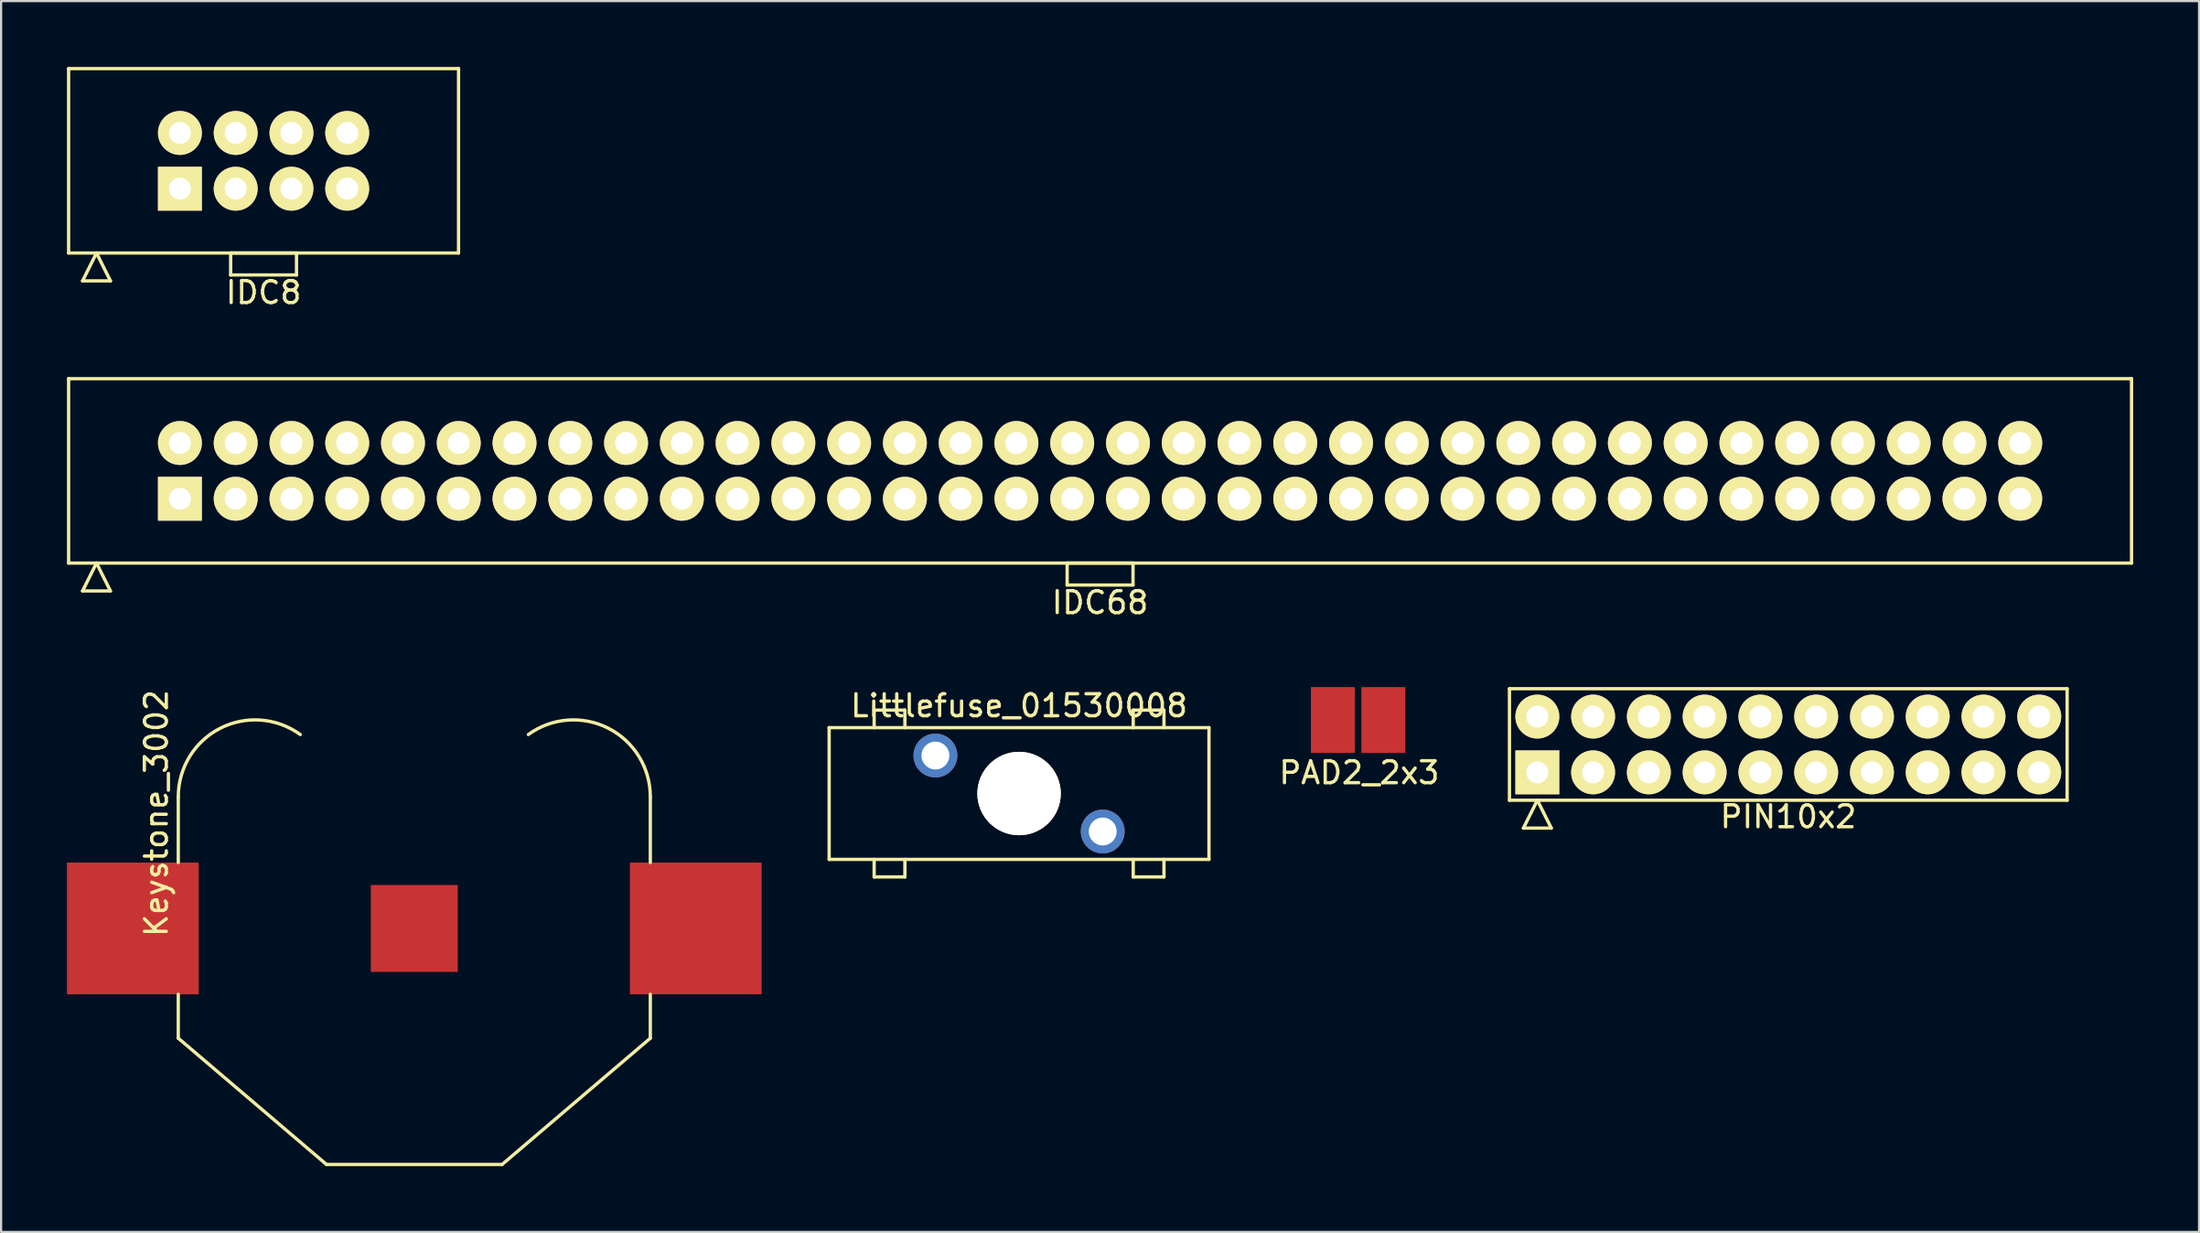
<source format=kicad_pcb>
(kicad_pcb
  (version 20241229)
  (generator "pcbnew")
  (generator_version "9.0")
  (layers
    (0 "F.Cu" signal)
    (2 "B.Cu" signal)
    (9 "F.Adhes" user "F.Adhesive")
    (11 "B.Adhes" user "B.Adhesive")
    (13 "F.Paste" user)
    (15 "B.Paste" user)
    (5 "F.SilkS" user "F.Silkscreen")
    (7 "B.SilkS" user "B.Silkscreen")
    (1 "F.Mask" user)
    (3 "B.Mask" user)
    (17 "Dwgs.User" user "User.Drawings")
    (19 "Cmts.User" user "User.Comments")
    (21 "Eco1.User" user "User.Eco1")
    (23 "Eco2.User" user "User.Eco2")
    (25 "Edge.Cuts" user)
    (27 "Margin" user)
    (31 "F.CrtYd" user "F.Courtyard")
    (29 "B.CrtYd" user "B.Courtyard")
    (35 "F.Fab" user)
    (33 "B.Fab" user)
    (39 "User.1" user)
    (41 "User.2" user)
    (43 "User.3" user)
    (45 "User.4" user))
  (footprint "Keystone_3002"
    (layer "F.Cu")
    (at 15.82 39.241)
    (property "Reference" "Keystone_3002" (at -11.75 -5.25 90) (layer "F.SilkS") (effects (font (size 1 1) (thickness 0.15))))
    (attr through_hole)
    (fp_line (start -10.75 -6) (end -10.75 -3) (stroke (width 0.15) (type solid)) (layer "F.SilkS"))
    (fp_line (start -10.75 3) (end -10.75 5) (stroke (width 0.15) (type solid)) (layer "F.SilkS"))
    (fp_line (start -4 10.75) (end -10.75 5) (stroke (width 0.15) (type solid)) (layer "F.SilkS"))
    (fp_line (start -4 10.75) (end 4 10.75) (stroke (width 0.15) (type solid)) (layer "F.SilkS"))
    (fp_line (start 10.75 -6) (end 10.75 -3) (stroke (width 0.15) (type solid)) (layer "F.SilkS"))
    (fp_line (start 10.75 3) (end 10.75 5) (stroke (width 0.15) (type solid)) (layer "F.SilkS"))
    (fp_line (start 10.75 5) (end 4 10.75) (stroke (width 0.15) (type solid)) (layer "F.SilkS"))
    (fp_arc (start -10.75 -6) (mid -8.838967 -9.118523) (end -5.192752 -8.831559) (stroke (width 0.15) (type solid)) (layer "F.SilkS"))
    (fp_arc (start 5.192752 -8.831559) (mid 8.838966 -9.118522) (end 10.75 -6) (stroke (width 0.15) (type solid)) (layer "F.SilkS"))
    (pad "" smd rect (at 0 -4.75) (size 19 9.5) (layers "F.Mask"))
    (pad "" smd circle (at 0 0) (size 19 19) (layers "F.Mask"))
    (pad "+" smd rect (at -12.82 0) (size 6 6) (layers "F.Cu" "F.Mask" "F.Paste"))
    (pad "+" smd rect (at 12.82 0) (size 6 6) (layers "F.Cu" "F.Mask" "F.Paste"))
    (pad "-" smd rect (at 0 0) (size 3.96 3.96) (layers "F.Cu" "F.Mask" "F.Paste")))
  (footprint "Littlefuse_01530008"
    (layer "F.Cu")
    (at 43.365 33.095)
    (property "Reference" "Littlefuse_01530008" (at 0 -4 0) (layer "F.SilkS") (effects (font (size 1 1) (thickness 0.15))))
    (attr through_hole)
    (fp_line (start -8.65 -3) (end -8.65 3) (stroke (width 0.15) (type solid)) (layer "F.SilkS"))
    (fp_line (start -8.65 3) (end 8.65 3) (stroke (width 0.15) (type solid)) (layer "F.SilkS"))
    (fp_line (start -6.6 -3.8) (end -6.6 -3) (stroke (width 0.15) (type solid)) (layer "F.SilkS"))
    (fp_line (start -6.6 3.8) (end -6.6 3) (stroke (width 0.15) (type solid)) (layer "F.SilkS"))
    (fp_line (start -5.2 -3.8) (end -6.6 -3.8) (stroke (width 0.15) (type solid)) (layer "F.SilkS"))
    (fp_line (start -5.2 -3) (end -5.2 -3.8) (stroke (width 0.15) (type solid)) (layer "F.SilkS"))
    (fp_line (start -5.2 3) (end -5.2 3.8) (stroke (width 0.15) (type solid)) (layer "F.SilkS"))
    (fp_line (start -5.2 3.8) (end -6.6 3.8) (stroke (width 0.15) (type solid)) (layer "F.SilkS"))
    (fp_line (start 5.2 -3.8) (end 6.6 -3.8) (stroke (width 0.15) (type solid)) (layer "F.SilkS"))
    (fp_line (start 5.2 -3) (end 5.2 -3.8) (stroke (width 0.15) (type solid)) (layer "F.SilkS"))
    (fp_line (start 5.2 3) (end 5.2 3.8) (stroke (width 0.15) (type solid)) (layer "F.SilkS"))
    (fp_line (start 5.2 3.8) (end 6.6 3.8) (stroke (width 0.15) (type solid)) (layer "F.SilkS"))
    (fp_line (start 6.6 -3.8) (end 6.6 -3) (stroke (width 0.15) (type solid)) (layer "F.SilkS"))
    (fp_line (start 6.6 3.8) (end 6.6 3) (stroke (width 0.15) (type solid)) (layer "F.SilkS"))
    (fp_line (start 8.65 -3) (end -8.65 -3) (stroke (width 0.15) (type solid)) (layer "F.SilkS"))
    (fp_line (start 8.65 3) (end 8.65 -3) (stroke (width 0.15) (type solid)) (layer "F.SilkS"))
    (pad "" np_thru_hole circle (at 0 0 90) (size 3.8 3.8) (drill 3.8) (layers "*.Cu" "*.Mask" "F.SilkS"))
    (pad "1" thru_hole circle (at -3.81 -1.73 90) (size 2 2) (drill 1.27) (layers "*.Cu" "*.Mask"))
    (pad "2" thru_hole circle (at 3.81 1.73 90) (size 2 2) (drill 1.27) (layers "*.Cu" "*.Mask")))
  (footprint "PAD2_2x3"
    (layer "F.Cu")
    (at 58.808 29.747)
    (property "Reference" "PAD2_2x3" (at 0.05 2.4 0) (layer "F.SilkS") (effects (font (size 1 1) (thickness 0.15))))
    (attr through_hole)
    (pad "1" smd rect (at -1.15 0) (size 2 3) (layers "F.Cu" "F.Mask" "F.Paste"))
    (pad "2" smd rect (at 1.15 0) (size 2 3) (layers "F.Cu" "F.Mask" "F.Paste")))
  (footprint "IDC68"
    (layer "F.Cu")
    (at 47.055 18.398)
    (property "Reference" "IDC68" (at 0 6 0) (layer "F.SilkS") (effects (font (size 1 1) (thickness 0.15))))
    (attr through_hole)
    (fp_line (start -46.98 -4.2) (end -46.98 4.2) (stroke (width 0.15) (type solid)) (layer "F.SilkS"))
    (fp_line (start -46.98 4.2) (end 46.98 4.2) (stroke (width 0.15) (type solid)) (layer "F.SilkS"))
    (fp_line (start -46.345 5.47) (end -45.71 4.2) (stroke (width 0.15) (type solid)) (layer "F.SilkS"))
    (fp_line (start -46.345 5.47) (end -45.075 5.47) (stroke (width 0.15) (type solid)) (layer "F.SilkS"))
    (fp_line (start -45.075 5.47) (end -45.71 4.2) (stroke (width 0.15) (type solid)) (layer "F.SilkS"))
    (fp_line (start -1.5 4.2) (end -1.5 5.2) (stroke (width 0.15) (type solid)) (layer "F.SilkS"))
    (fp_line (start -1.5 5.2) (end 1.5 5.2) (stroke (width 0.15) (type solid)) (layer "F.SilkS"))
    (fp_line (start 1.5 4.2) (end -1.5 4.2) (stroke (width 0.15) (type solid)) (layer "F.SilkS"))
    (fp_line (start 1.5 5.2) (end 1.5 4.2) (stroke (width 0.15) (type solid)) (layer "F.SilkS"))
    (fp_line (start 46.98 -4.2) (end -46.98 -4.2) (stroke (width 0.15) (type solid)) (layer "F.SilkS"))
    (fp_line (start 46.98 4.2) (end 46.98 -4.2) (stroke (width 0.15) (type solid)) (layer "F.SilkS"))
    (pad "1" thru_hole rect (at -41.91 1.27) (size 2 2) (drill 1) (layers "*.Cu" "*.Mask" "F.SilkS"))
    (pad "2" thru_hole circle (at -41.91 -1.27) (size 2 2) (drill 1) (layers "*.Cu" "*.Mask" "F.SilkS"))
    (pad "3" thru_hole circle (at -39.37 1.27) (size 2 2) (drill 1) (layers "*.Cu" "*.Mask" "F.SilkS"))
    (pad "4" thru_hole circle (at -39.37 -1.27) (size 2 2) (drill 1) (layers "*.Cu" "*.Mask" "F.SilkS"))
    (pad "5" thru_hole circle (at -36.83 1.27) (size 2 2) (drill 1) (layers "*.Cu" "*.Mask" "F.SilkS"))
    (pad "6" thru_hole circle (at -36.83 -1.27) (size 2 2) (drill 1) (layers "*.Cu" "*.Mask" "F.SilkS"))
    (pad "7" thru_hole circle (at -34.29 1.27) (size 2 2) (drill 1) (layers "*.Cu" "*.Mask" "F.SilkS"))
    (pad "8" thru_hole circle (at -34.29 -1.27) (size 2 2) (drill 1) (layers "*.Cu" "*.Mask" "F.SilkS"))
    (pad "9" thru_hole circle (at -31.75 1.27) (size 2 2) (drill 1) (layers "*.Cu" "*.Mask" "F.SilkS"))
    (pad "10" thru_hole circle (at -31.75 -1.27) (size 2 2) (drill 1) (layers "*.Cu" "*.Mask" "F.SilkS"))
    (pad "11" thru_hole circle (at -29.21 1.27) (size 2 2) (drill 1) (layers "*.Cu" "*.Mask" "F.SilkS"))
    (pad "12" thru_hole circle (at -29.21 -1.27) (size 2 2) (drill 1) (layers "*.Cu" "*.Mask" "F.SilkS"))
    (pad "13" thru_hole circle (at -26.67 1.27) (size 2 2) (drill 1) (layers "*.Cu" "*.Mask" "F.SilkS"))
    (pad "14" thru_hole circle (at -26.67 -1.27) (size 2 2) (drill 1) (layers "*.Cu" "*.Mask" "F.SilkS"))
    (pad "15" thru_hole circle (at -24.13 1.27) (size 2 2) (drill 1) (layers "*.Cu" "*.Mask" "F.SilkS"))
    (pad "16" thru_hole circle (at -24.13 -1.27) (size 2 2) (drill 1) (layers "*.Cu" "*.Mask" "F.SilkS"))
    (pad "17" thru_hole circle (at -21.59 1.27) (size 2 2) (drill 1) (layers "*.Cu" "*.Mask" "F.SilkS"))
    (pad "18" thru_hole circle (at -21.59 -1.27) (size 2 2) (drill 1) (layers "*.Cu" "*.Mask" "F.SilkS"))
    (pad "19" thru_hole circle (at -19.05 1.27) (size 2 2) (drill 1) (layers "*.Cu" "*.Mask" "F.SilkS"))
    (pad "20" thru_hole circle (at -19.05 -1.27) (size 2 2) (drill 1) (layers "*.Cu" "*.Mask" "F.SilkS"))
    (pad "21" thru_hole circle (at -16.51 1.27) (size 2 2) (drill 1) (layers "*.Cu" "*.Mask" "F.SilkS"))
    (pad "22" thru_hole circle (at -16.51 -1.27) (size 2 2) (drill 1) (layers "*.Cu" "*.Mask" "F.SilkS"))
    (pad "23" thru_hole circle (at -13.97 1.27) (size 2 2) (drill 1) (layers "*.Cu" "*.Mask" "F.SilkS"))
    (pad "24" thru_hole circle (at -13.97 -1.27) (size 2 2) (drill 1) (layers "*.Cu" "*.Mask" "F.SilkS"))
    (pad "25" thru_hole circle (at -11.43 1.27) (size 2 2) (drill 1) (layers "*.Cu" "*.Mask" "F.SilkS"))
    (pad "26" thru_hole circle (at -11.43 -1.27) (size 2 2) (drill 1) (layers "*.Cu" "*.Mask" "F.SilkS"))
    (pad "27" thru_hole circle (at -8.89 1.27) (size 2 2) (drill 1) (layers "*.Cu" "*.Mask" "F.SilkS"))
    (pad "28" thru_hole circle (at -8.89 -1.27) (size 2 2) (drill 1) (layers "*.Cu" "*.Mask" "F.SilkS"))
    (pad "29" thru_hole circle (at -6.35 1.27) (size 2 2) (drill 1) (layers "*.Cu" "*.Mask" "F.SilkS"))
    (pad "30" thru_hole circle (at -6.35 -1.27) (size 2 2) (drill 1) (layers "*.Cu" "*.Mask" "F.SilkS"))
    (pad "31" thru_hole circle (at -3.81 1.27) (size 2 2) (drill 1) (layers "*.Cu" "*.Mask" "F.SilkS"))
    (pad "32" thru_hole circle (at -3.81 -1.27) (size 2 2) (drill 1) (layers "*.Cu" "*.Mask" "F.SilkS"))
    (pad "33" thru_hole circle (at -1.27 1.27) (size 2 2) (drill 1) (layers "*.Cu" "*.Mask" "F.SilkS"))
    (pad "34" thru_hole circle (at -1.27 -1.27) (size 2 2) (drill 1) (layers "*.Cu" "*.Mask" "F.SilkS"))
    (pad "35" thru_hole circle (at 1.27 1.27) (size 2 2) (drill 1) (layers "*.Cu" "*.Mask" "F.SilkS"))
    (pad "36" thru_hole circle (at 1.27 -1.27) (size 2 2) (drill 1) (layers "*.Cu" "*.Mask" "F.SilkS"))
    (pad "37" thru_hole circle (at 3.81 1.27) (size 2 2) (drill 1) (layers "*.Cu" "*.Mask" "F.SilkS"))
    (pad "38" thru_hole circle (at 3.81 -1.27) (size 2 2) (drill 1) (layers "*.Cu" "*.Mask" "F.SilkS"))
    (pad "39" thru_hole circle (at 6.35 1.27) (size 2 2) (drill 1) (layers "*.Cu" "*.Mask" "F.SilkS"))
    (pad "40" thru_hole circle (at 6.35 -1.27) (size 2 2) (drill 1) (layers "*.Cu" "*.Mask" "F.SilkS"))
    (pad "41" thru_hole circle (at 8.89 1.27) (size 2 2) (drill 1) (layers "*.Cu" "*.Mask" "F.SilkS"))
    (pad "42" thru_hole circle (at 8.89 -1.27) (size 2 2) (drill 1) (layers "*.Cu" "*.Mask" "F.SilkS"))
    (pad "43" thru_hole circle (at 11.43 1.27) (size 2 2) (drill 1) (layers "*.Cu" "*.Mask" "F.SilkS"))
    (pad "44" thru_hole circle (at 11.43 -1.27) (size 2 2) (drill 1) (layers "*.Cu" "*.Mask" "F.SilkS"))
    (pad "45" thru_hole circle (at 13.97 1.27) (size 2 2) (drill 1) (layers "*.Cu" "*.Mask" "F.SilkS"))
    (pad "46" thru_hole circle (at 13.97 -1.27) (size 2 2) (drill 1) (layers "*.Cu" "*.Mask" "F.SilkS"))
    (pad "47" thru_hole circle (at 16.51 1.27) (size 2 2) (drill 1) (layers "*.Cu" "*.Mask" "F.SilkS"))
    (pad "48" thru_hole circle (at 16.51 -1.27) (size 2 2) (drill 1) (layers "*.Cu" "*.Mask" "F.SilkS"))
    (pad "49" thru_hole circle (at 19.05 1.27) (size 2 2) (drill 1) (layers "*.Cu" "*.Mask" "F.SilkS"))
    (pad "50" thru_hole circle (at 19.05 -1.27) (size 2 2) (drill 1) (layers "*.Cu" "*.Mask" "F.SilkS"))
    (pad "51" thru_hole circle (at 21.59 1.27) (size 2 2) (drill 1) (layers "*.Cu" "*.Mask" "F.SilkS"))
    (pad "52" thru_hole circle (at 21.59 -1.27) (size 2 2) (drill 1) (layers "*.Cu" "*.Mask" "F.SilkS"))
    (pad "53" thru_hole circle (at 24.13 1.27) (size 2 2) (drill 1) (layers "*.Cu" "*.Mask" "F.SilkS"))
    (pad "54" thru_hole circle (at 24.13 -1.27) (size 2 2) (drill 1) (layers "*.Cu" "*.Mask" "F.SilkS"))
    (pad "55" thru_hole circle (at 26.67 1.27) (size 2 2) (drill 1) (layers "*.Cu" "*.Mask" "F.SilkS"))
    (pad "56" thru_hole circle (at 26.67 -1.27) (size 2 2) (drill 1) (layers "*.Cu" "*.Mask" "F.SilkS"))
    (pad "57" thru_hole circle (at 29.21 1.27) (size 2 2) (drill 1) (layers "*.Cu" "*.Mask" "F.SilkS"))
    (pad "58" thru_hole circle (at 29.21 -1.27) (size 2 2) (drill 1) (layers "*.Cu" "*.Mask" "F.SilkS"))
    (pad "59" thru_hole circle (at 31.75 1.27) (size 2 2) (drill 1) (layers "*.Cu" "*.Mask" "F.SilkS"))
    (pad "60" thru_hole circle (at 31.75 -1.27) (size 2 2) (drill 1) (layers "*.Cu" "*.Mask" "F.SilkS"))
    (pad "61" thru_hole circle (at 34.29 1.27) (size 2 2) (drill 1) (layers "*.Cu" "*.Mask" "F.SilkS"))
    (pad "62" thru_hole circle (at 34.29 -1.27) (size 2 2) (drill 1) (layers "*.Cu" "*.Mask" "F.SilkS"))
    (pad "63" thru_hole circle (at 36.83 1.27) (size 2 2) (drill 1) (layers "*.Cu" "*.Mask" "F.SilkS"))
    (pad "64" thru_hole circle (at 36.83 -1.27) (size 2 2) (drill 1) (layers "*.Cu" "*.Mask" "F.SilkS"))
    (pad "65" thru_hole circle (at 39.37 1.27) (size 2 2) (drill 1) (layers "*.Cu" "*.Mask" "F.SilkS"))
    (pad "66" thru_hole circle (at 39.37 -1.27) (size 2 2) (drill 1) (layers "*.Cu" "*.Mask" "F.SilkS"))
    (pad "67" thru_hole circle (at 41.91 1.27) (size 2 2) (drill 1) (layers "*.Cu" "*.Mask" "F.SilkS"))
    (pad "68" thru_hole circle (at 41.91 -1.27) (size 2 2) (drill 1) (layers "*.Cu" "*.Mask" "F.SilkS")))
  (footprint "IDC8"
    (layer "F.Cu")
    (at 8.955 4.275)
    (property "Reference" "IDC8" (at 0 6 0) (layer "F.SilkS") (effects (font (size 1 1) (thickness 0.15))))
    (attr through_hole)
    (fp_line (start -8.88 -4.2) (end -8.88 4.2) (stroke (width 0.15) (type solid)) (layer "F.SilkS"))
    (fp_line (start -8.88 4.2) (end 8.88 4.2) (stroke (width 0.15) (type solid)) (layer "F.SilkS"))
    (fp_line (start -8.245 5.47) (end -7.61 4.2) (stroke (width 0.15) (type solid)) (layer "F.SilkS"))
    (fp_line (start -8.245 5.47) (end -6.975 5.47) (stroke (width 0.15) (type solid)) (layer "F.SilkS"))
    (fp_line (start -6.975 5.47) (end -7.61 4.2) (stroke (width 0.15) (type solid)) (layer "F.SilkS"))
    (fp_line (start -1.5 4.2) (end -1.5 5.2) (stroke (width 0.15) (type solid)) (layer "F.SilkS"))
    (fp_line (start -1.5 5.2) (end 1.5 5.2) (stroke (width 0.15) (type solid)) (layer "F.SilkS"))
    (fp_line (start 1.5 4.2) (end -1.5 4.2) (stroke (width 0.15) (type solid)) (layer "F.SilkS"))
    (fp_line (start 1.5 5.2) (end 1.5 4.2) (stroke (width 0.15) (type solid)) (layer "F.SilkS"))
    (fp_line (start 8.88 -4.2) (end -8.88 -4.2) (stroke (width 0.15) (type solid)) (layer "F.SilkS"))
    (fp_line (start 8.88 4.2) (end 8.88 -4.2) (stroke (width 0.15) (type solid)) (layer "F.SilkS"))
    (pad "1" thru_hole rect (at -3.81 1.27) (size 2 2) (drill 1) (layers "*.Cu" "*.Mask" "F.SilkS"))
    (pad "2" thru_hole circle (at -3.81 -1.27) (size 2 2) (drill 1) (layers "*.Cu" "*.Mask" "F.SilkS"))
    (pad "3" thru_hole circle (at -1.27 1.27) (size 2 2) (drill 1) (layers "*.Cu" "*.Mask" "F.SilkS"))
    (pad "4" thru_hole circle (at -1.27 -1.27) (size 2 2) (drill 1) (layers "*.Cu" "*.Mask" "F.SilkS"))
    (pad "5" thru_hole circle (at 1.27 1.27) (size 2 2) (drill 1) (layers "*.Cu" "*.Mask" "F.SilkS"))
    (pad "6" thru_hole circle (at 1.27 -1.27) (size 2 2) (drill 1) (layers "*.Cu" "*.Mask" "F.SilkS"))
    (pad "7" thru_hole circle (at 3.81 1.27) (size 2 2) (drill 1) (layers "*.Cu" "*.Mask" "F.SilkS"))
    (pad "8" thru_hole circle (at 3.81 -1.27) (size 2 2) (drill 1) (layers "*.Cu" "*.Mask" "F.SilkS")))
  (footprint "PIN10x2"
    (layer "F.Cu")
    (at 78.401 30.861)
    (property "Reference" "PIN10x2" (at 0 3.29 0) (layer "F.SilkS") (effects (font (size 1 1) (thickness 0.15))))
    (attr through_hole)
    (fp_line (start -12.7 -2.54) (end -12.7 2.54) (stroke (width 0.15) (type solid)) (layer "F.SilkS"))
    (fp_line (start -12.7 2.54) (end 12.7 2.54) (stroke (width 0.15) (type solid)) (layer "F.SilkS"))
    (fp_line (start -12.065 3.81) (end -11.43 2.54) (stroke (width 0.15) (type solid)) (layer "F.SilkS"))
    (fp_line (start -12.065 3.81) (end -10.795 3.81) (stroke (width 0.15) (type solid)) (layer "F.SilkS"))
    (fp_line (start -10.795 3.81) (end -11.43 2.54) (stroke (width 0.15) (type solid)) (layer "F.SilkS"))
    (fp_line (start 12.7 -2.54) (end -12.7 -2.54) (stroke (width 0.15) (type solid)) (layer "F.SilkS"))
    (fp_line (start 12.7 2.54) (end 12.7 -2.54) (stroke (width 0.15) (type solid)) (layer "F.SilkS"))
    (pad "1" thru_hole rect (at -11.43 1.27) (size 2 2) (drill 1) (layers "*.Cu" "*.Mask" "F.SilkS"))
    (pad "2" thru_hole circle (at -11.43 -1.27) (size 2 2) (drill 1) (layers "*.Cu" "*.Mask" "F.SilkS"))
    (pad "3" thru_hole circle (at -8.89 1.27) (size 2 2) (drill 1) (layers "*.Cu" "*.Mask" "F.SilkS"))
    (pad "4" thru_hole circle (at -8.89 -1.27) (size 2 2) (drill 1) (layers "*.Cu" "*.Mask" "F.SilkS"))
    (pad "5" thru_hole circle (at -6.35 1.27) (size 2 2) (drill 1) (layers "*.Cu" "*.Mask" "F.SilkS"))
    (pad "6" thru_hole circle (at -6.35 -1.27) (size 2 2) (drill 1) (layers "*.Cu" "*.Mask" "F.SilkS"))
    (pad "7" thru_hole circle (at -3.81 1.27) (size 2 2) (drill 1) (layers "*.Cu" "*.Mask" "F.SilkS"))
    (pad "8" thru_hole circle (at -3.81 -1.27) (size 2 2) (drill 1) (layers "*.Cu" "*.Mask" "F.SilkS"))
    (pad "9" thru_hole circle (at -1.27 1.27) (size 2 2) (drill 1) (layers "*.Cu" "*.Mask" "F.SilkS"))
    (pad "10" thru_hole circle (at -1.27 -1.27) (size 2 2) (drill 1) (layers "*.Cu" "*.Mask" "F.SilkS"))
    (pad "11" thru_hole circle (at 1.27 1.27) (size 2 2) (drill 1) (layers "*.Cu" "*.Mask" "F.SilkS"))
    (pad "12" thru_hole circle (at 1.27 -1.27) (size 2 2) (drill 1) (layers "*.Cu" "*.Mask" "F.SilkS"))
    (pad "13" thru_hole circle (at 3.81 1.27) (size 2 2) (drill 1) (layers "*.Cu" "*.Mask" "F.SilkS"))
    (pad "14" thru_hole circle (at 3.81 -1.27) (size 2 2) (drill 1) (layers "*.Cu" "*.Mask" "F.SilkS"))
    (pad "15" thru_hole circle (at 6.35 1.27) (size 2 2) (drill 1) (layers "*.Cu" "*.Mask" "F.SilkS"))
    (pad "16" thru_hole circle (at 6.35 -1.27) (size 2 2) (drill 1) (layers "*.Cu" "*.Mask" "F.SilkS"))
    (pad "17" thru_hole circle (at 8.89 1.27) (size 2 2) (drill 1) (layers "*.Cu" "*.Mask" "F.SilkS"))
    (pad "18" thru_hole circle (at 8.89 -1.27) (size 2 2) (drill 1) (layers "*.Cu" "*.Mask" "F.SilkS"))
    (pad "19" thru_hole circle (at 11.43 1.27) (size 2 2) (drill 1) (layers "*.Cu" "*.Mask" "F.SilkS"))
    (pad "20" thru_hole circle (at 11.43 -1.27) (size 2 2) (drill 1) (layers "*.Cu" "*.Mask" "F.SilkS")))
  (gr_rect
    (start -3 -3)
    (end 97.11 53.066)
    (stroke (width 0.1) (type default))
    (fill no)
    (layer "Edge.Cuts")))
</source>
